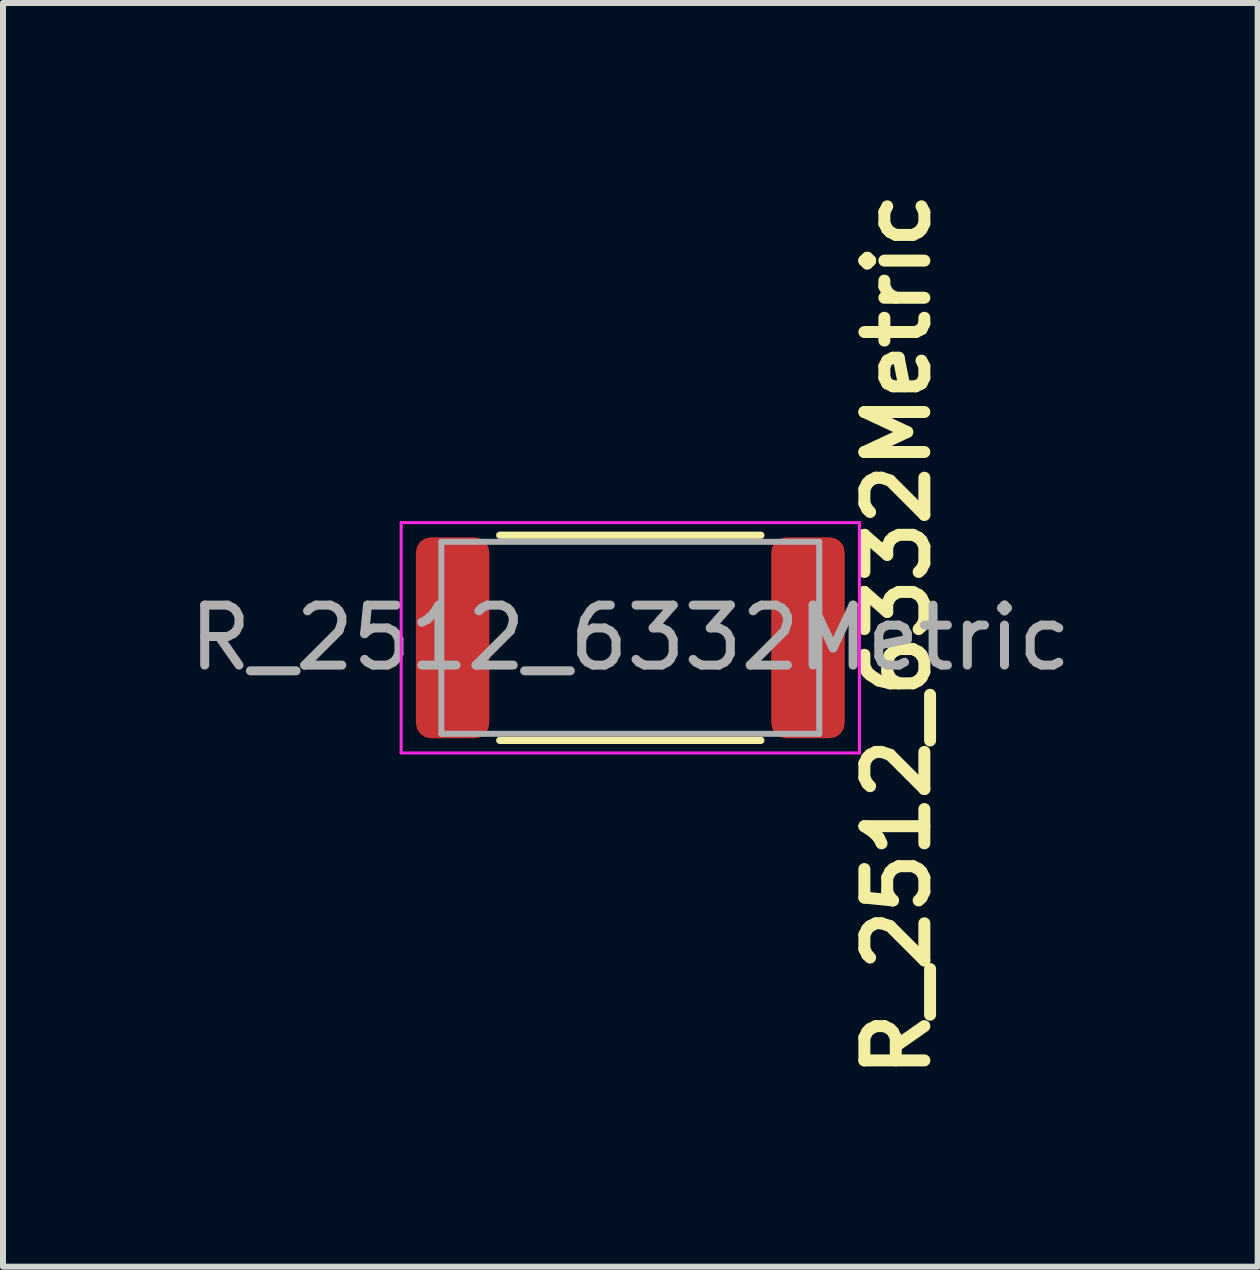
<source format=kicad_pcb>
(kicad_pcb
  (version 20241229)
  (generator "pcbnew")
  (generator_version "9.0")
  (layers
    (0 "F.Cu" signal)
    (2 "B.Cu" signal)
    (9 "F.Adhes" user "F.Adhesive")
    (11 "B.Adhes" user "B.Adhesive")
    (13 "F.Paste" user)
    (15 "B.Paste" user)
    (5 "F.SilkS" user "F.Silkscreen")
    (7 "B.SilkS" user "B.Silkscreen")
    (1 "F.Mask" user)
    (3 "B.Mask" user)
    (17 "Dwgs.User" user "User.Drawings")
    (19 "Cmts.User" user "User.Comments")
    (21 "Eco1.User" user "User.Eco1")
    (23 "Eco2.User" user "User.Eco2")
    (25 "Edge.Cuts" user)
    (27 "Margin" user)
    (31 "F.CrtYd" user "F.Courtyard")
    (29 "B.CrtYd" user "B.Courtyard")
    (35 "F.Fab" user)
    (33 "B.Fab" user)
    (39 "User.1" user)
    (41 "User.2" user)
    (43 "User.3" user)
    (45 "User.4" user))
  (footprint "R_2512_6332Metric"
    (layer "F.Cu")
    (at 7.458 7.583)
    (property "Reference" "R_2512_6332Metric" (at 4.45 -0.05 90) (layer "F.SilkS") (effects (font (size 1 1) (thickness 0.2) (bold yes))))
    (attr smd)
    (fp_line (start -2.177 -1.71) (end 2.177 -1.71) (stroke (width 0.12) (type solid)) (layer "F.SilkS"))
    (fp_line (start -2.177 1.71) (end 2.177 1.71) (stroke (width 0.12) (type solid)) (layer "F.SilkS"))
    (fp_line (start -3.82 -1.92) (end 3.82 -1.92) (stroke (width 0.05) (type solid)) (layer "F.CrtYd"))
    (fp_line (start -3.82 1.92) (end -3.82 -1.92) (stroke (width 0.05) (type solid)) (layer "F.CrtYd"))
    (fp_line (start 3.82 -1.92) (end 3.82 1.92) (stroke (width 0.05) (type solid)) (layer "F.CrtYd"))
    (fp_line (start 3.82 1.92) (end -3.82 1.92) (stroke (width 0.05) (type solid)) (layer "F.CrtYd"))
    (fp_line (start -3.15 -1.6) (end 3.15 -1.6) (stroke (width 0.1) (type solid)) (layer "F.Fab"))
    (fp_line (start -3.15 1.6) (end -3.15 -1.6) (stroke (width 0.1) (type solid)) (layer "F.Fab"))
    (fp_line (start 3.15 -1.6) (end 3.15 1.6) (stroke (width 0.1) (type solid)) (layer "F.Fab"))
    (fp_line (start 3.15 1.6) (end -3.15 1.6) (stroke (width 0.1) (type solid)) (layer "F.Fab"))
    (fp_text user "${REFERENCE}" (at 0 0 0) (layer "F.Fab") (effects (font (size 1 1) (thickness 0.15))))
    (pad "1" smd roundrect (at -2.962 0) (size 1.225 3.35) (layers "F.Cu" "F.Mask" "F.Paste") (roundrect_rratio 0.204))
    (pad "2" smd roundrect (at 2.962 0) (size 1.225 3.35) (layers "F.Cu" "F.Mask" "F.Paste") (roundrect_rratio 0.204)))
  (gr_rect
    (start -3 -3)
    (end 17.917 18.067)
    (stroke (width 0.1) (type default))
    (fill no)
    (layer "Edge.Cuts")))
</source>
